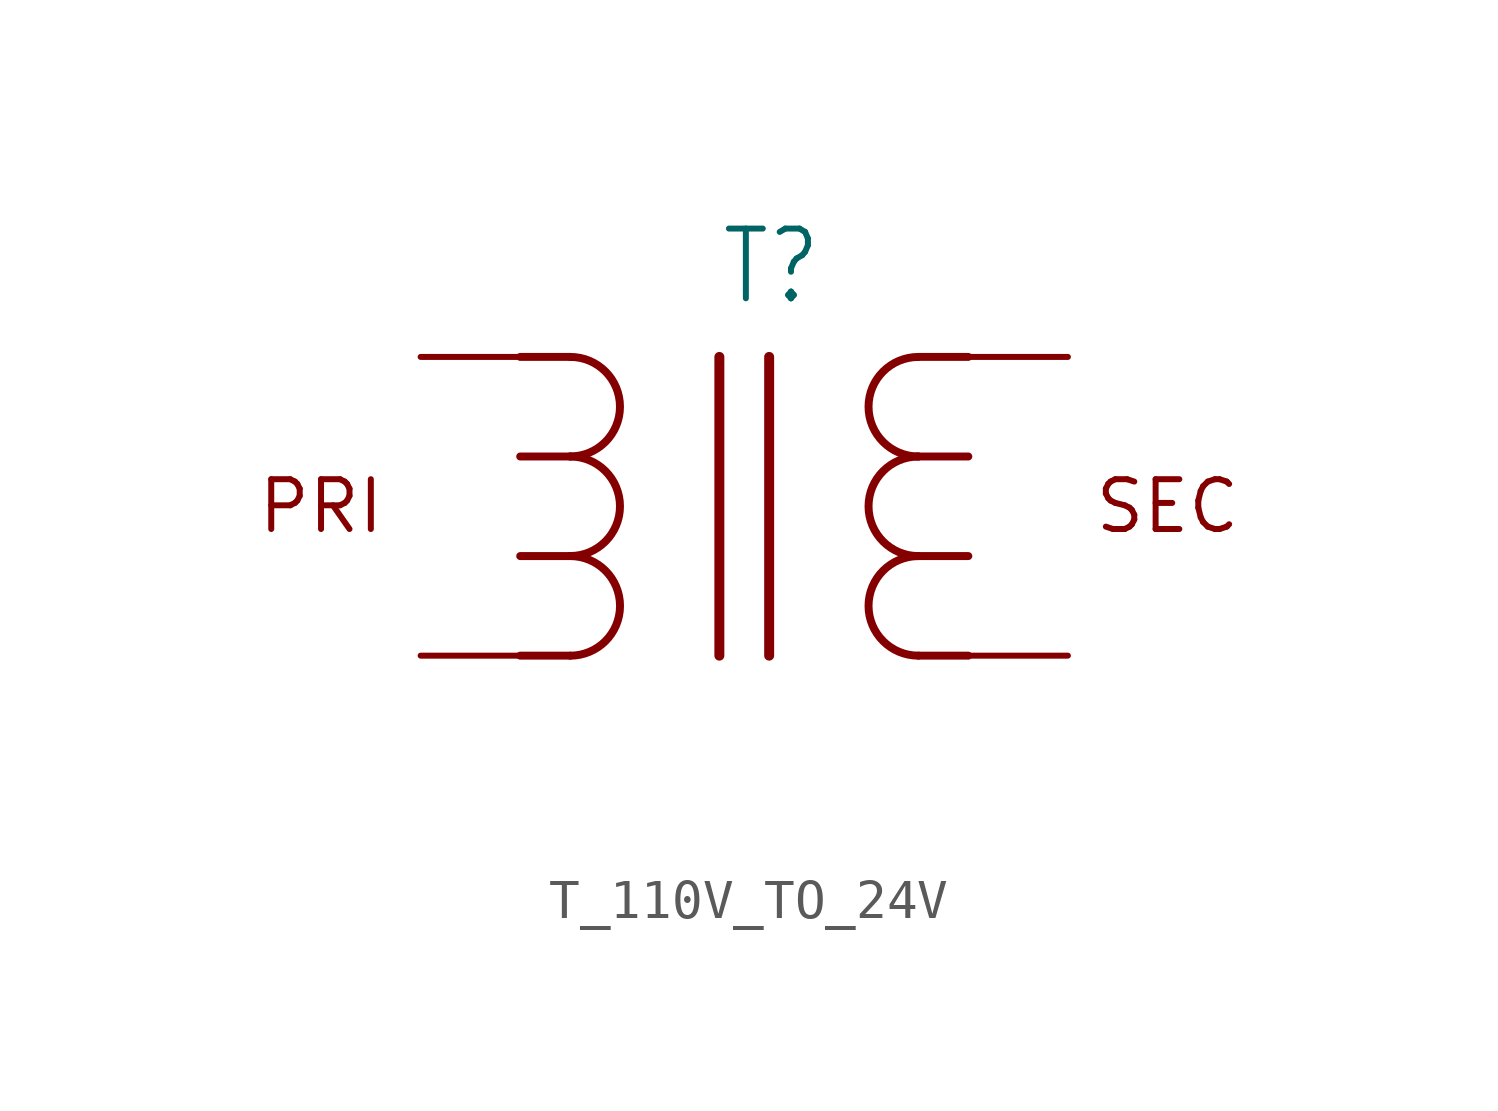
<source format=kicad_sym>
(kicad_symbol_lib
  (version 20220914)
  (generator kicad_symbol_editor)
  (symbol "T_110V_TO_24V"
    (pin_numbers hide)
    (property "Reference" "T"
      (at 0 8.89 0)
      (effects (font (size 1.778 1.511)) (justify left bottom)))
    (property "Value" ""
      (at -3.81 -3.81 0)
      (effects (font (size 1.778 1.511)) (justify left bottom)))
    (symbol "T_110V_TO_24V_0_1"
      (polyline (pts (xy 0 7.62) (xy 0 0)) (stroke (width 0.254) (type default)) (fill (type none)))
      (polyline (pts (xy 1.27 7.62) (xy 1.27 0)) (stroke (width 0.254) (type default)) (fill (type none)))
      (text "PRI" (at -10.16 3.81 0) (effects (font (size 1.27 1.27))))
      (text "SEC" (at 11.43 3.81 0) (effects (font (size 1.27 1.27)))))
    (symbol "T_110V_TO_24V_1_0"
      (pin passive line (at -7.62 7.62 0) (length 2.54) (name "1" (effects (font (size 0 0)))) (number "1" (effects (font (size 0 0)))))
      (pin passive line (at -7.62 0 0) (length 2.54) (name "2" (effects (font (size 0 0)))) (number "2" (effects (font (size 0 0)))))
      (pin passive line (at 8.89 7.62 180) (length 2.54) (name "3" (effects (font (size 0 0)))) (number "3" (effects (font (size 0 0)))))
      (pin passive line (at 8.89 0 180) (length 2.54) (name "4" (effects (font (size 0 0)))) (number "4" (effects (font (size 0 0))))))
    (symbol "T_110V_TO_24V_1_1"
      (arc (start -3.8045 0) (mid -2.54 1.27) (end -3.8045 2.54) (stroke (width 0.2032) (type solid)) (fill (type none)))
      (arc (start -3.8045 2.54) (mid -2.54 3.81) (end -3.8045 5.08) (stroke (width 0.2032) (type solid)) (fill (type none)))
      (arc (start -3.8045 5.08) (mid -2.54 6.35) (end -3.8045 7.62) (stroke (width 0.2032) (type solid)) (fill (type none)))
      (polyline (pts (xy -5.08 0) (xy -3.81 0)) (stroke (width 0.203) (type solid)) (fill (type none)))
      (polyline (pts (xy -5.08 2.54) (xy -3.81 2.54)) (stroke (width 0.203) (type solid)) (fill (type none)))
      (polyline (pts (xy -5.08 5.08) (xy -3.81 5.08)) (stroke (width 0.203) (type solid)) (fill (type none)))
      (polyline (pts (xy -5.08 7.62) (xy -3.81 7.62)) (stroke (width 0.203) (type solid)) (fill (type none)))
      (polyline (pts (xy 6.35 0) (xy 5.08 0)) (stroke (width 0.203) (type solid)) (fill (type none)))
      (polyline (pts (xy 6.35 2.54) (xy 5.08 2.54)) (stroke (width 0.203) (type solid)) (fill (type none)))
      (polyline (pts (xy 6.35 5.08) (xy 5.08 5.08)) (stroke (width 0.203) (type solid)) (fill (type none)))
      (polyline (pts (xy 6.35 7.62) (xy 5.08 7.62)) (stroke (width 0.203) (type solid)) (fill (type none)))
      (arc (start 5.0745 2.54) (mid 3.81 1.27) (end 5.0745 0) (stroke (width 0.2032) (type solid)) (fill (type none)))
      (arc (start 5.0745 5.08) (mid 3.81 3.81) (end 5.0745 2.54) (stroke (width 0.2032) (type solid)) (fill (type none)))
      (arc (start 5.0745 7.62) (mid 3.81 6.35) (end 5.0745 5.08) (stroke (width 0.2032) (type solid)) (fill (type none))))))
</source>
